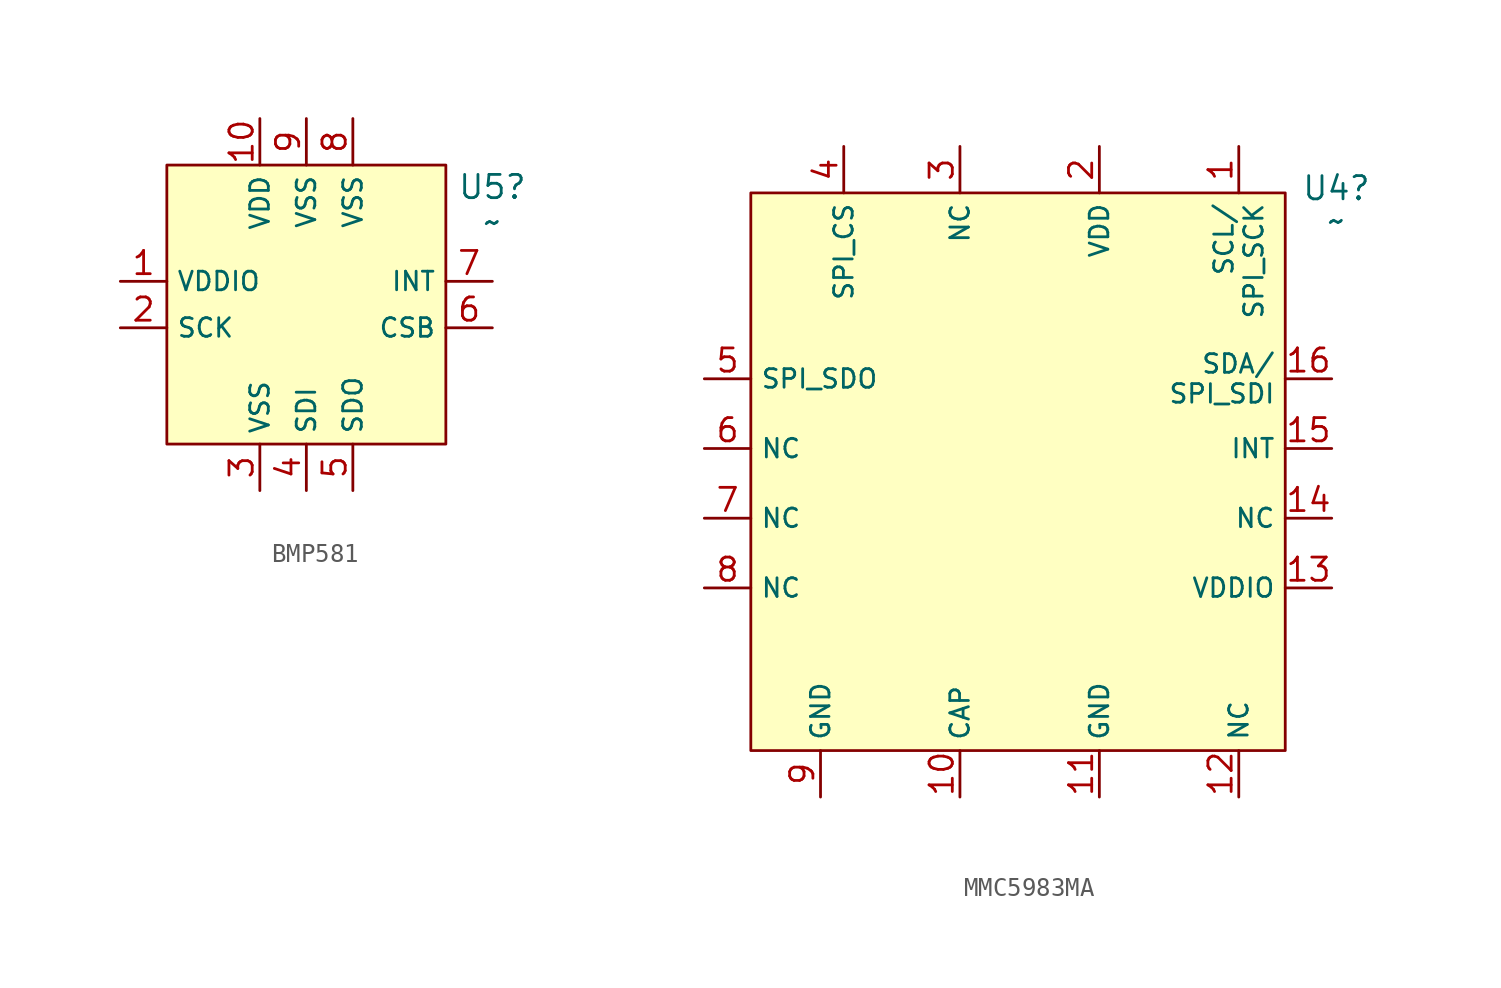
<source format=kicad_sym>
(kicad_symbol_lib
  (version 20241209)
  (generator "kicad_symbol_editor")
  (generator_version "9.0")
  (symbol "BMP581"
    (property "Reference" "U5"
      (at 10.16 6.42 0)
      (effects (font (size 1.27 1.27))))
    (property "Value" "~"
      (at 10.16 4.515 0)
      (effects (font (size 1.27 1.27))))
    (symbol "BMP581_1_1"
      (rectangle (start -7.62 7.62) (end 7.62 -7.62) (stroke (width 0) (type solid)) (fill (type background)))
      (pin power_in line (at -10.16 1.27 0) (length 2.54) (name "VDDIO" (effects (font (size 1.016 1.016)))) (number "1" (effects (font (size 1.27 1.27)))))
      (pin bidirectional line (at -10.16 -1.27 0) (length 2.54) (name "SCK" (effects (font (size 1.016 1.016)))) (number "2" (effects (font (size 1.27 1.27)))))
      (pin power_in line (at -2.54 10.16 270) (length 2.54) (name "VDD" (effects (font (size 1.016 1.016)))) (number "10" (effects (font (size 1.27 1.27)))))
      (pin power_in line (at -2.54 -10.16 90) (length 2.54) (name "VSS" (effects (font (size 1.016 1.016)))) (number "3" (effects (font (size 1.27 1.27)))))
      (pin power_in line (at 0 10.16 270) (length 2.54) (name "VSS" (effects (font (size 1.016 1.016)))) (number "9" (effects (font (size 1.27 1.27)))))
      (pin bidirectional line (at 0 -10.16 90) (length 2.54) (name "SDI" (effects (font (size 1.016 1.016)))) (number "4" (effects (font (size 1.27 1.27)))))
      (pin power_in line (at 2.54 10.16 270) (length 2.54) (name "VSS" (effects (font (size 1.016 1.016)))) (number "8" (effects (font (size 1.27 1.27)))))
      (pin bidirectional line (at 2.54 -10.16 90) (length 2.54) (name "SDO" (effects (font (size 1.016 1.016)))) (number "5" (effects (font (size 1.27 1.27)))))
      (pin bidirectional line (at 10.16 1.27 180) (length 2.54) (name "INT" (effects (font (size 1.016 1.016)))) (number "7" (effects (font (size 1.27 1.27)))))
      (pin bidirectional line (at 10.16 -1.27 180) (length 2.54) (name "CSB" (effects (font (size 1.016 1.016)))) (number "6" (effects (font (size 1.27 1.27)))))))
  (symbol "MMC5983MA"
    (property "Reference" "U4"
      (at 16.764 15.494 0)
      (effects (font (size 1.27 1.27))))
    (property "Value" "~"
      (at 16.764 13.716 0)
      (effects (font (size 1.27 1.27))))
    (symbol "MMC5983MA_1_1"
      (rectangle (start -15.24 15.24) (end 13.97 -15.24) (stroke (width 0) (type solid)) (fill (type background)))
      (pin bidirectional line (at -17.78 5.08 0) (length 2.54) (name "SPI_SDO" (effects (font (size 1.016 1.016)))) (number "5" (effects (font (size 1.27 1.27)))))
      (pin bidirectional line (at -17.78 1.27 0) (length 2.54) (name "NC" (effects (font (size 1.016 1.016)))) (number "6" (effects (font (size 1.27 1.27)))))
      (pin bidirectional line (at -17.78 -2.54 0) (length 2.54) (name "NC" (effects (font (size 1.016 1.016)))) (number "7" (effects (font (size 1.27 1.27)))))
      (pin bidirectional line (at -17.78 -6.35 0) (length 2.54) (name "NC" (effects (font (size 1.016 1.016)))) (number "8" (effects (font (size 1.27 1.27)))))
      (pin power_in line (at -11.43 -17.78 90) (length 2.54) (name "GND" (effects (font (size 1.016 1.016)))) (number "9" (effects (font (size 1.27 1.27)))))
      (pin bidirectional line (at -10.16 17.78 270) (length 2.54) (name "SPI_CS" (effects (font (size 1.016 1.016)))) (number "4" (effects (font (size 1.27 1.27)))))
      (pin bidirectional line (at -3.81 17.78 270) (length 2.54) (name "NC" (effects (font (size 1.016 1.016)))) (number "3" (effects (font (size 1.27 1.27)))))
      (pin bidirectional line (at -3.81 -17.78 90) (length 2.54) (name "CAP" (effects (font (size 1.016 1.016)))) (number "10" (effects (font (size 1.27 1.27)))))
      (pin power_in line (at 3.81 17.78 270) (length 2.54) (name "VDD" (effects (font (size 1.016 1.016)))) (number "2" (effects (font (size 1.27 1.27)))))
      (pin power_in line (at 3.81 -17.78 90) (length 2.54) (name "GND" (effects (font (size 1.016 1.016)))) (number "11" (effects (font (size 1.27 1.27)))))
      (pin bidirectional line (at 11.43 17.78 270) (length 2.54) (name "SCL/\nSPI_SCK" (effects (font (size 1.016 1.016)))) (number "1" (effects (font (size 1.27 1.27)))))
      (pin bidirectional line (at 11.43 -17.78 90) (length 2.54) (name "NC" (effects (font (size 1.016 1.016)))) (number "12" (effects (font (size 1.27 1.27)))))
      (pin bidirectional line (at 16.51 5.08 180) (length 2.54) (name "SDA/\nSPI_SDI" (effects (font (size 1.016 1.016)))) (number "16" (effects (font (size 1.27 1.27)))))
      (pin bidirectional line (at 16.51 1.27 180) (length 2.54) (name "INT" (effects (font (size 1.016 1.016)))) (number "15" (effects (font (size 1.27 1.27)))))
      (pin bidirectional line (at 16.51 -2.54 180) (length 2.54) (name "NC" (effects (font (size 1.016 1.016)))) (number "14" (effects (font (size 1.27 1.27)))))
      (pin power_in line (at 16.51 -6.35 180) (length 2.54) (name "VDDIO" (effects (font (size 1.016 1.016)))) (number "13" (effects (font (size 1.27 1.27))))))))
</source>
